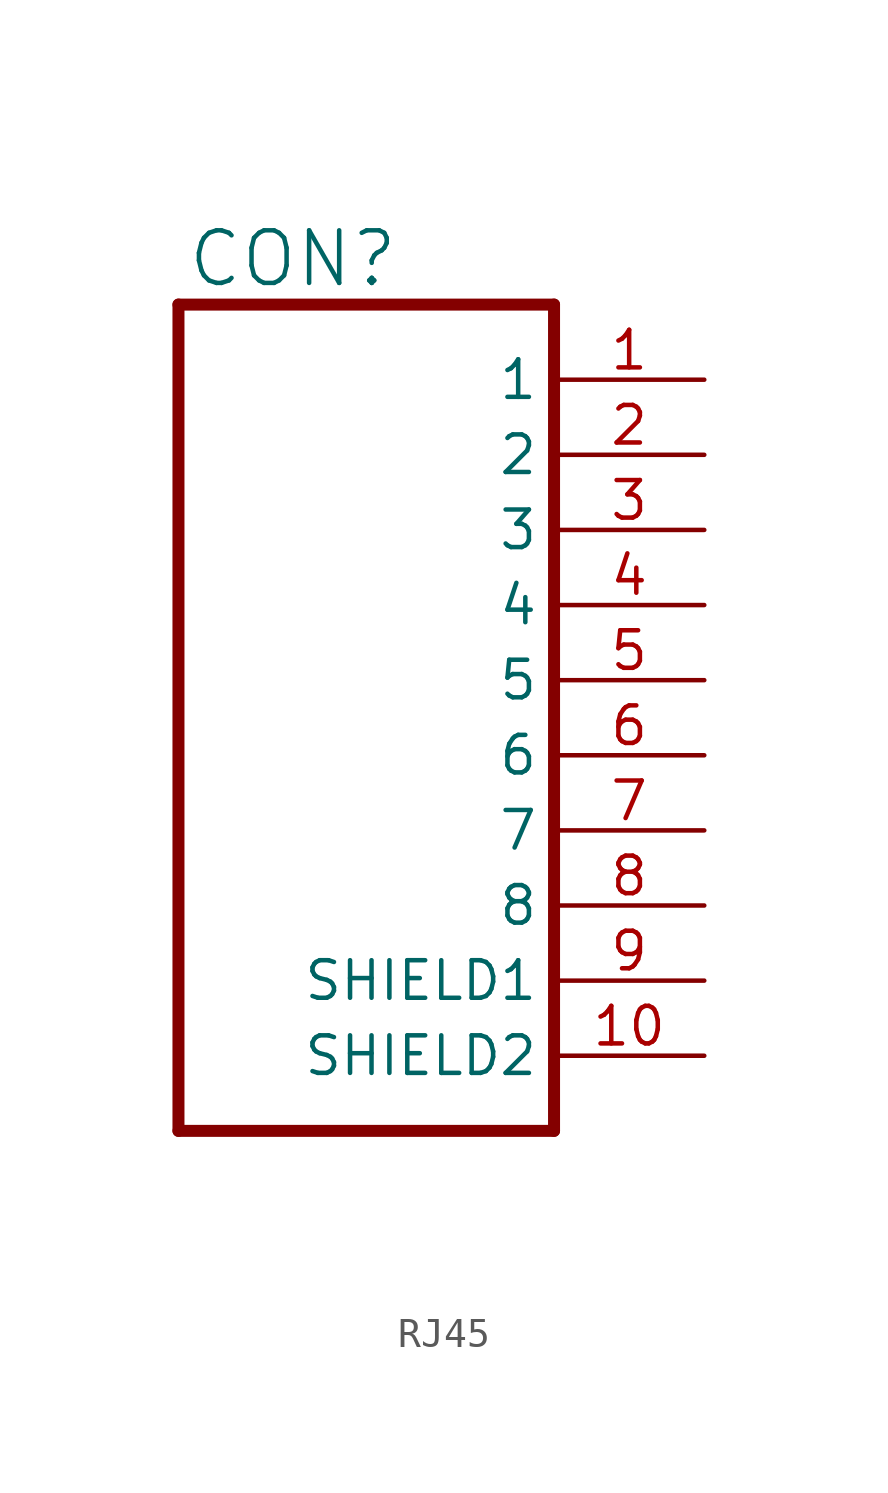
<source format=kicad_sym>
(kicad_symbol_lib
  (version 20220914)
  (generator kicad_symbol_editor)
  (symbol "RJ45"
    (property "Reference" "CON"
      (at 0.254 28.448 0)
      (effects (font (size 1.778 1.778)) (justify left bottom)))
    (property "Value" ""
      (at 0 -2.54 0)
      (effects (font (size 1.778 1.778)) (justify left bottom)))
    (property "ki_locked" ""
      (at 0 0 0)
      (effects (font (size 1.27 1.27))))
    (symbol "RJ45_1_0"
      (polyline (pts (xy 0 27.94) (xy 0 0)) (stroke (width 0.406) (type solid)) (fill (type none)))
      (polyline (pts (xy 0 27.94) (xy 12.7 27.94)) (stroke (width 0.406) (type solid)) (fill (type none)))
      (polyline (pts (xy 12.7 0) (xy 0 0)) (stroke (width 0.406) (type solid)) (fill (type none)))
      (polyline (pts (xy 12.7 0) (xy 12.7 27.94)) (stroke (width 0.406) (type solid)) (fill (type none)))
      (pin passive line (at 17.78 25.4 180) (length 5.08) (name "1" (effects (font (size 1.27 1.27)))) (number "1" (effects (font (size 1.27 1.27)))))
      (pin passive line (at 17.78 2.54 180) (length 5.08) (name "SHIELD2" (effects (font (size 1.27 1.27)))) (number "10" (effects (font (size 1.27 1.27)))))
      (pin passive line (at 17.78 22.86 180) (length 5.08) (name "2" (effects (font (size 1.27 1.27)))) (number "2" (effects (font (size 1.27 1.27)))))
      (pin passive line (at 17.78 20.32 180) (length 5.08) (name "3" (effects (font (size 1.27 1.27)))) (number "3" (effects (font (size 1.27 1.27)))))
      (pin passive line (at 17.78 17.78 180) (length 5.08) (name "4" (effects (font (size 1.27 1.27)))) (number "4" (effects (font (size 1.27 1.27)))))
      (pin passive line (at 17.78 15.24 180) (length 5.08) (name "5" (effects (font (size 1.27 1.27)))) (number "5" (effects (font (size 1.27 1.27)))))
      (pin passive line (at 17.78 12.7 180) (length 5.08) (name "6" (effects (font (size 1.27 1.27)))) (number "6" (effects (font (size 1.27 1.27)))))
      (pin passive line (at 17.78 10.16 180) (length 5.08) (name "7" (effects (font (size 1.27 1.27)))) (number "7" (effects (font (size 1.27 1.27)))))
      (pin passive line (at 17.78 7.62 180) (length 5.08) (name "8" (effects (font (size 1.27 1.27)))) (number "8" (effects (font (size 1.27 1.27)))))
      (pin passive line (at 17.78 5.08 180) (length 5.08) (name "SHIELD1" (effects (font (size 1.27 1.27)))) (number "9" (effects (font (size 1.27 1.27))))))))
</source>
